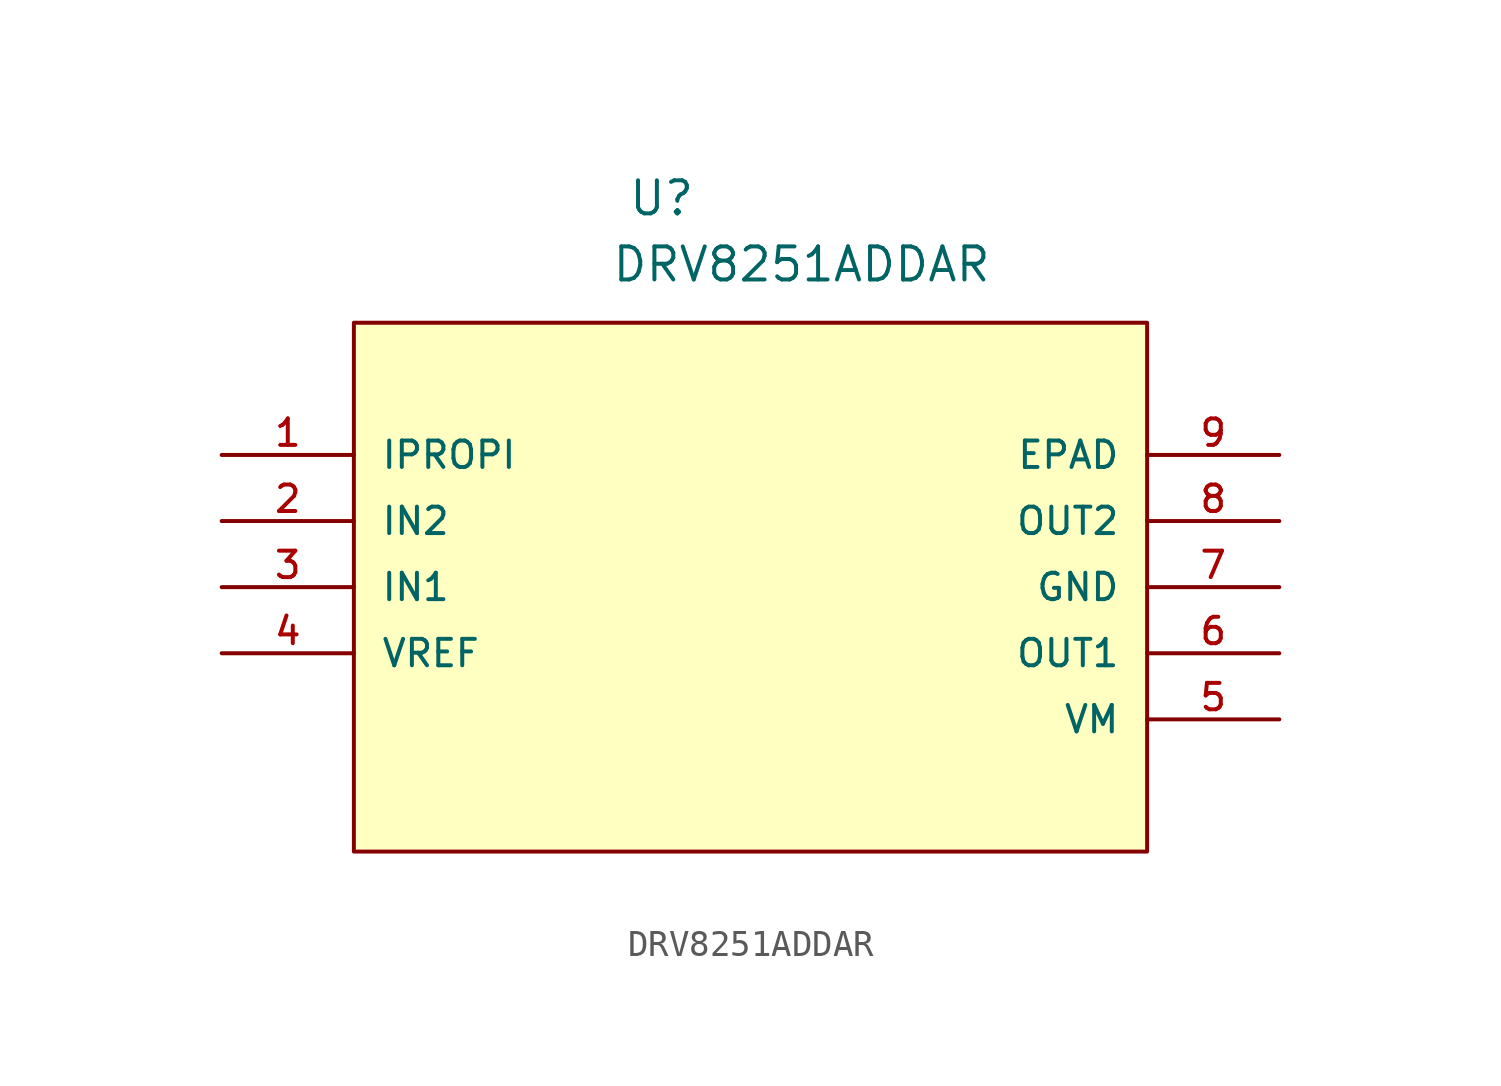
<source format=kicad_sym>
(kicad_symbol_lib
  (version 20211014)
  (generator kicad_symbol_editor)
  (symbol "DRV8251ADDAR"
    (pin_names
      (offset 1.016))
    (property "Reference" "U"
      (at 18.135 9.119 0)
      (effects (font (size 1.27 1.27)) (justify bottom left)))
    (property "Value" "DRV8251ADDAR"
      (at 17.495 6.579 0)
      (effects (font (size 1.27 1.27)) (justify bottom left)))
    (symbol "DRV8251ADDAR_0_0"
      (rectangle (start 7.62 -15.24) (end 38.1 5.08) (stroke (width 0.152)) (fill (type background)))
      (pin power_in line (at 2.54 0.0 0) (length 5.08) (name "IPROPI" (effects (font (size 1.016 1.016)))) (number "1" (effects (font (size 1.016 1.016)))))
      (pin input line (at 2.54 -2.54 0) (length 5.08) (name "IN2" (effects (font (size 1.016 1.016)))) (number "2" (effects (font (size 1.016 1.016)))))
      (pin input line (at 2.54 -5.08 0) (length 5.08) (name "IN1" (effects (font (size 1.016 1.016)))) (number "3" (effects (font (size 1.016 1.016)))))
      (pin power_in line (at 2.54 -7.62 0) (length 5.08) (name "VREF" (effects (font (size 1.016 1.016)))) (number "4" (effects (font (size 1.016 1.016)))))
      (pin power_in line (at 43.18 -10.16 180.0) (length 5.08) (name "VM" (effects (font (size 1.016 1.016)))) (number "5" (effects (font (size 1.016 1.016)))))
      (pin output line (at 43.18 -7.62 180.0) (length 5.08) (name "OUT1" (effects (font (size 1.016 1.016)))) (number "6" (effects (font (size 1.016 1.016)))))
      (pin passive line (at 43.18 -5.08 180.0) (length 5.08) (name "GND" (effects (font (size 1.016 1.016)))) (number "7" (effects (font (size 1.016 1.016)))))
      (pin output line (at 43.18 -2.54 180.0) (length 5.08) (name "OUT2" (effects (font (size 1.016 1.016)))) (number "8" (effects (font (size 1.016 1.016)))))
      (pin passive line (at 43.18 0.0 180.0) (length 5.08) (name "EPAD" (effects (font (size 1.016 1.016)))) (number "9" (effects (font (size 1.016 1.016))))))))
</source>
